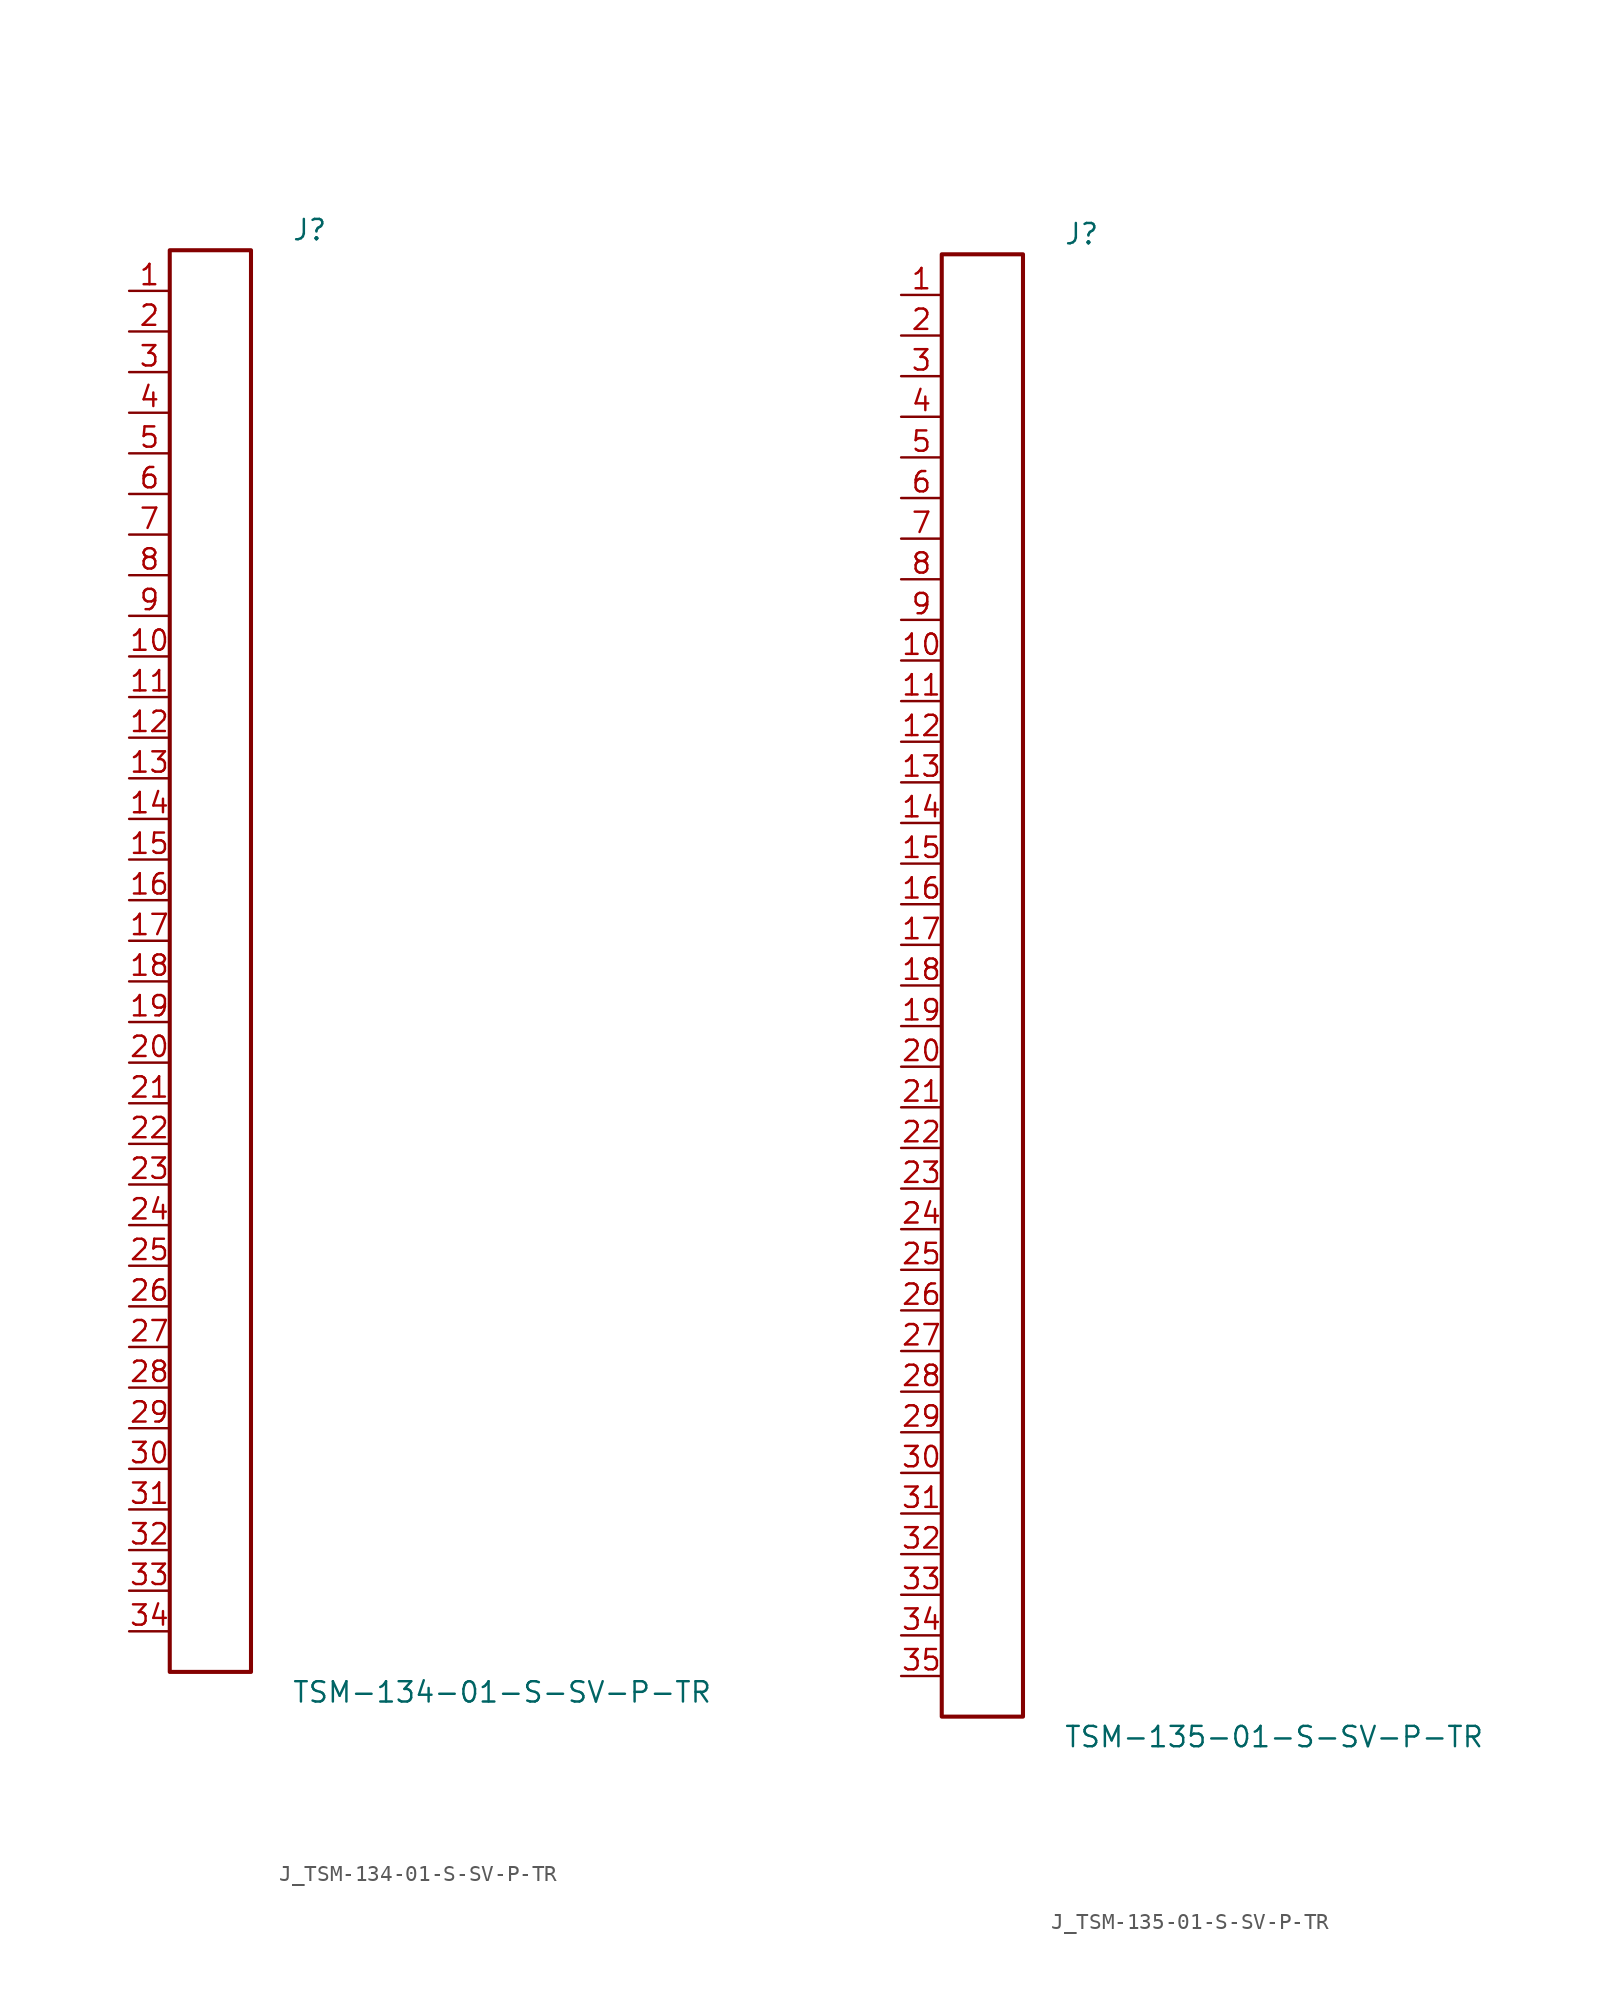
<source format=kicad_sym>
(kicad_symbol_lib
  (version 20231120)
  (generator kicad_symbol_editor)
  (generator_version 8.0)
  (symbol "J_TSM-134-01-S-SV-P-TR"
    (pin_names
      (offset 0.254))
    (property "Reference" "J"
      (at 5.08 45.72 0)
      (effects (font (size 1.27 1.27)) (justify left)))
    (property "Value" "TSM-134-01-S-SV-P-TR"
      (at 5.08 -45.72 0)
      (effects (font (size 1.27 1.27)) (justify left)))
    (symbol "J_TSM-134-01-S-SV-P-TR_0_0"
      (pin unspecified line (at -5.08 41.91 0) (length 2.54) (name "" (effects (font (size 1.27 1.27)))) (number "1" (effects (font (size 1.27 1.27)))))
      (pin unspecified line (at -5.08 39.37 0) (length 2.54) (name "" (effects (font (size 1.27 1.27)))) (number "2" (effects (font (size 1.27 1.27)))))
      (pin unspecified line (at -5.08 36.83 0) (length 2.54) (name "" (effects (font (size 1.27 1.27)))) (number "3" (effects (font (size 1.27 1.27)))))
      (pin unspecified line (at -5.08 34.29 0) (length 2.54) (name "" (effects (font (size 1.27 1.27)))) (number "4" (effects (font (size 1.27 1.27)))))
      (pin unspecified line (at -5.08 31.75 0) (length 2.54) (name "" (effects (font (size 1.27 1.27)))) (number "5" (effects (font (size 1.27 1.27)))))
      (pin unspecified line (at -5.08 29.21 0) (length 2.54) (name "" (effects (font (size 1.27 1.27)))) (number "6" (effects (font (size 1.27 1.27)))))
      (pin unspecified line (at -5.08 26.67 0) (length 2.54) (name "" (effects (font (size 1.27 1.27)))) (number "7" (effects (font (size 1.27 1.27)))))
      (pin unspecified line (at -5.08 24.13 0) (length 2.54) (name "" (effects (font (size 1.27 1.27)))) (number "8" (effects (font (size 1.27 1.27)))))
      (pin unspecified line (at -5.08 21.59 0) (length 2.54) (name "" (effects (font (size 1.27 1.27)))) (number "9" (effects (font (size 1.27 1.27)))))
      (pin unspecified line (at -5.08 19.05 0) (length 2.54) (name "" (effects (font (size 1.27 1.27)))) (number "10" (effects (font (size 1.27 1.27)))))
      (pin unspecified line (at -5.08 16.51 0) (length 2.54) (name "" (effects (font (size 1.27 1.27)))) (number "11" (effects (font (size 1.27 1.27)))))
      (pin unspecified line (at -5.08 13.97 0) (length 2.54) (name "" (effects (font (size 1.27 1.27)))) (number "12" (effects (font (size 1.27 1.27)))))
      (pin unspecified line (at -5.08 11.43 0) (length 2.54) (name "" (effects (font (size 1.27 1.27)))) (number "13" (effects (font (size 1.27 1.27)))))
      (pin unspecified line (at -5.08 8.89 0) (length 2.54) (name "" (effects (font (size 1.27 1.27)))) (number "14" (effects (font (size 1.27 1.27)))))
      (pin unspecified line (at -5.08 6.35 0) (length 2.54) (name "" (effects (font (size 1.27 1.27)))) (number "15" (effects (font (size 1.27 1.27)))))
      (pin unspecified line (at -5.08 3.81 0) (length 2.54) (name "" (effects (font (size 1.27 1.27)))) (number "16" (effects (font (size 1.27 1.27)))))
      (pin unspecified line (at -5.08 1.27 0) (length 2.54) (name "" (effects (font (size 1.27 1.27)))) (number "17" (effects (font (size 1.27 1.27)))))
      (pin unspecified line (at -5.08 -1.27 0) (length 2.54) (name "" (effects (font (size 1.27 1.27)))) (number "18" (effects (font (size 1.27 1.27)))))
      (pin unspecified line (at -5.08 -3.81 0) (length 2.54) (name "" (effects (font (size 1.27 1.27)))) (number "19" (effects (font (size 1.27 1.27)))))
      (pin unspecified line (at -5.08 -6.35 0) (length 2.54) (name "" (effects (font (size 1.27 1.27)))) (number "20" (effects (font (size 1.27 1.27)))))
      (pin unspecified line (at -5.08 -8.89 0) (length 2.54) (name "" (effects (font (size 1.27 1.27)))) (number "21" (effects (font (size 1.27 1.27)))))
      (pin unspecified line (at -5.08 -11.43 0) (length 2.54) (name "" (effects (font (size 1.27 1.27)))) (number "22" (effects (font (size 1.27 1.27)))))
      (pin unspecified line (at -5.08 -13.97 0) (length 2.54) (name "" (effects (font (size 1.27 1.27)))) (number "23" (effects (font (size 1.27 1.27)))))
      (pin unspecified line (at -5.08 -16.51 0) (length 2.54) (name "" (effects (font (size 1.27 1.27)))) (number "24" (effects (font (size 1.27 1.27)))))
      (pin unspecified line (at -5.08 -19.05 0) (length 2.54) (name "" (effects (font (size 1.27 1.27)))) (number "25" (effects (font (size 1.27 1.27)))))
      (pin unspecified line (at -5.08 -21.59 0) (length 2.54) (name "" (effects (font (size 1.27 1.27)))) (number "26" (effects (font (size 1.27 1.27)))))
      (pin unspecified line (at -5.08 -24.13 0) (length 2.54) (name "" (effects (font (size 1.27 1.27)))) (number "27" (effects (font (size 1.27 1.27)))))
      (pin unspecified line (at -5.08 -26.67 0) (length 2.54) (name "" (effects (font (size 1.27 1.27)))) (number "28" (effects (font (size 1.27 1.27)))))
      (pin unspecified line (at -5.08 -29.21 0) (length 2.54) (name "" (effects (font (size 1.27 1.27)))) (number "29" (effects (font (size 1.27 1.27)))))
      (pin unspecified line (at -5.08 -31.75 0) (length 2.54) (name "" (effects (font (size 1.27 1.27)))) (number "30" (effects (font (size 1.27 1.27)))))
      (pin unspecified line (at -5.08 -34.29 0) (length 2.54) (name "" (effects (font (size 1.27 1.27)))) (number "31" (effects (font (size 1.27 1.27)))))
      (pin unspecified line (at -5.08 -36.83 0) (length 2.54) (name "" (effects (font (size 1.27 1.27)))) (number "32" (effects (font (size 1.27 1.27)))))
      (pin unspecified line (at -5.08 -39.37 0) (length 2.54) (name "" (effects (font (size 1.27 1.27)))) (number "33" (effects (font (size 1.27 1.27)))))
      (pin unspecified line (at -5.08 -41.91 0) (length 2.54) (name "" (effects (font (size 1.27 1.27)))) (number "34" (effects (font (size 1.27 1.27))))))
    (symbol "J_TSM-134-01-S-SV-P-TR_1_0"
      (rectangle (start -2.54 44.45) (end 2.54 -44.45) (stroke (width 0.254) (type solid)) (fill (type none)))))
  (symbol "J_TSM-135-01-S-SV-P-TR"
    (pin_names
      (offset 0.254))
    (property "Reference" "J"
      (at 5.08 46.99 0)
      (effects (font (size 1.27 1.27)) (justify left)))
    (property "Value" "TSM-135-01-S-SV-P-TR"
      (at 5.08 -46.99 0)
      (effects (font (size 1.27 1.27)) (justify left)))
    (symbol "J_TSM-135-01-S-SV-P-TR_0_0"
      (pin unspecified line (at -5.08 43.18 0) (length 2.54) (name "" (effects (font (size 1.27 1.27)))) (number "1" (effects (font (size 1.27 1.27)))))
      (pin unspecified line (at -5.08 40.64 0) (length 2.54) (name "" (effects (font (size 1.27 1.27)))) (number "2" (effects (font (size 1.27 1.27)))))
      (pin unspecified line (at -5.08 38.1 0) (length 2.54) (name "" (effects (font (size 1.27 1.27)))) (number "3" (effects (font (size 1.27 1.27)))))
      (pin unspecified line (at -5.08 35.56 0) (length 2.54) (name "" (effects (font (size 1.27 1.27)))) (number "4" (effects (font (size 1.27 1.27)))))
      (pin unspecified line (at -5.08 33.02 0) (length 2.54) (name "" (effects (font (size 1.27 1.27)))) (number "5" (effects (font (size 1.27 1.27)))))
      (pin unspecified line (at -5.08 30.48 0) (length 2.54) (name "" (effects (font (size 1.27 1.27)))) (number "6" (effects (font (size 1.27 1.27)))))
      (pin unspecified line (at -5.08 27.94 0) (length 2.54) (name "" (effects (font (size 1.27 1.27)))) (number "7" (effects (font (size 1.27 1.27)))))
      (pin unspecified line (at -5.08 25.4 0) (length 2.54) (name "" (effects (font (size 1.27 1.27)))) (number "8" (effects (font (size 1.27 1.27)))))
      (pin unspecified line (at -5.08 22.86 0) (length 2.54) (name "" (effects (font (size 1.27 1.27)))) (number "9" (effects (font (size 1.27 1.27)))))
      (pin unspecified line (at -5.08 20.32 0) (length 2.54) (name "" (effects (font (size 1.27 1.27)))) (number "10" (effects (font (size 1.27 1.27)))))
      (pin unspecified line (at -5.08 17.78 0) (length 2.54) (name "" (effects (font (size 1.27 1.27)))) (number "11" (effects (font (size 1.27 1.27)))))
      (pin unspecified line (at -5.08 15.24 0) (length 2.54) (name "" (effects (font (size 1.27 1.27)))) (number "12" (effects (font (size 1.27 1.27)))))
      (pin unspecified line (at -5.08 12.7 0) (length 2.54) (name "" (effects (font (size 1.27 1.27)))) (number "13" (effects (font (size 1.27 1.27)))))
      (pin unspecified line (at -5.08 10.16 0) (length 2.54) (name "" (effects (font (size 1.27 1.27)))) (number "14" (effects (font (size 1.27 1.27)))))
      (pin unspecified line (at -5.08 7.62 0) (length 2.54) (name "" (effects (font (size 1.27 1.27)))) (number "15" (effects (font (size 1.27 1.27)))))
      (pin unspecified line (at -5.08 5.08 0) (length 2.54) (name "" (effects (font (size 1.27 1.27)))) (number "16" (effects (font (size 1.27 1.27)))))
      (pin unspecified line (at -5.08 2.54 0) (length 2.54) (name "" (effects (font (size 1.27 1.27)))) (number "17" (effects (font (size 1.27 1.27)))))
      (pin unspecified line (at -5.08 0.0 0) (length 2.54) (name "" (effects (font (size 1.27 1.27)))) (number "18" (effects (font (size 1.27 1.27)))))
      (pin unspecified line (at -5.08 -2.54 0) (length 2.54) (name "" (effects (font (size 1.27 1.27)))) (number "19" (effects (font (size 1.27 1.27)))))
      (pin unspecified line (at -5.08 -5.08 0) (length 2.54) (name "" (effects (font (size 1.27 1.27)))) (number "20" (effects (font (size 1.27 1.27)))))
      (pin unspecified line (at -5.08 -7.62 0) (length 2.54) (name "" (effects (font (size 1.27 1.27)))) (number "21" (effects (font (size 1.27 1.27)))))
      (pin unspecified line (at -5.08 -10.16 0) (length 2.54) (name "" (effects (font (size 1.27 1.27)))) (number "22" (effects (font (size 1.27 1.27)))))
      (pin unspecified line (at -5.08 -12.7 0) (length 2.54) (name "" (effects (font (size 1.27 1.27)))) (number "23" (effects (font (size 1.27 1.27)))))
      (pin unspecified line (at -5.08 -15.24 0) (length 2.54) (name "" (effects (font (size 1.27 1.27)))) (number "24" (effects (font (size 1.27 1.27)))))
      (pin unspecified line (at -5.08 -17.78 0) (length 2.54) (name "" (effects (font (size 1.27 1.27)))) (number "25" (effects (font (size 1.27 1.27)))))
      (pin unspecified line (at -5.08 -20.32 0) (length 2.54) (name "" (effects (font (size 1.27 1.27)))) (number "26" (effects (font (size 1.27 1.27)))))
      (pin unspecified line (at -5.08 -22.86 0) (length 2.54) (name "" (effects (font (size 1.27 1.27)))) (number "27" (effects (font (size 1.27 1.27)))))
      (pin unspecified line (at -5.08 -25.4 0) (length 2.54) (name "" (effects (font (size 1.27 1.27)))) (number "28" (effects (font (size 1.27 1.27)))))
      (pin unspecified line (at -5.08 -27.94 0) (length 2.54) (name "" (effects (font (size 1.27 1.27)))) (number "29" (effects (font (size 1.27 1.27)))))
      (pin unspecified line (at -5.08 -30.48 0) (length 2.54) (name "" (effects (font (size 1.27 1.27)))) (number "30" (effects (font (size 1.27 1.27)))))
      (pin unspecified line (at -5.08 -33.02 0) (length 2.54) (name "" (effects (font (size 1.27 1.27)))) (number "31" (effects (font (size 1.27 1.27)))))
      (pin unspecified line (at -5.08 -35.56 0) (length 2.54) (name "" (effects (font (size 1.27 1.27)))) (number "32" (effects (font (size 1.27 1.27)))))
      (pin unspecified line (at -5.08 -38.1 0) (length 2.54) (name "" (effects (font (size 1.27 1.27)))) (number "33" (effects (font (size 1.27 1.27)))))
      (pin unspecified line (at -5.08 -40.64 0) (length 2.54) (name "" (effects (font (size 1.27 1.27)))) (number "34" (effects (font (size 1.27 1.27)))))
      (pin unspecified line (at -5.08 -43.18 0) (length 2.54) (name "" (effects (font (size 1.27 1.27)))) (number "35" (effects (font (size 1.27 1.27))))))
    (symbol "J_TSM-135-01-S-SV-P-TR_1_0"
      (rectangle (start -2.54 45.72) (end 2.54 -45.72) (stroke (width 0.254) (type solid)) (fill (type none))))))
</source>
